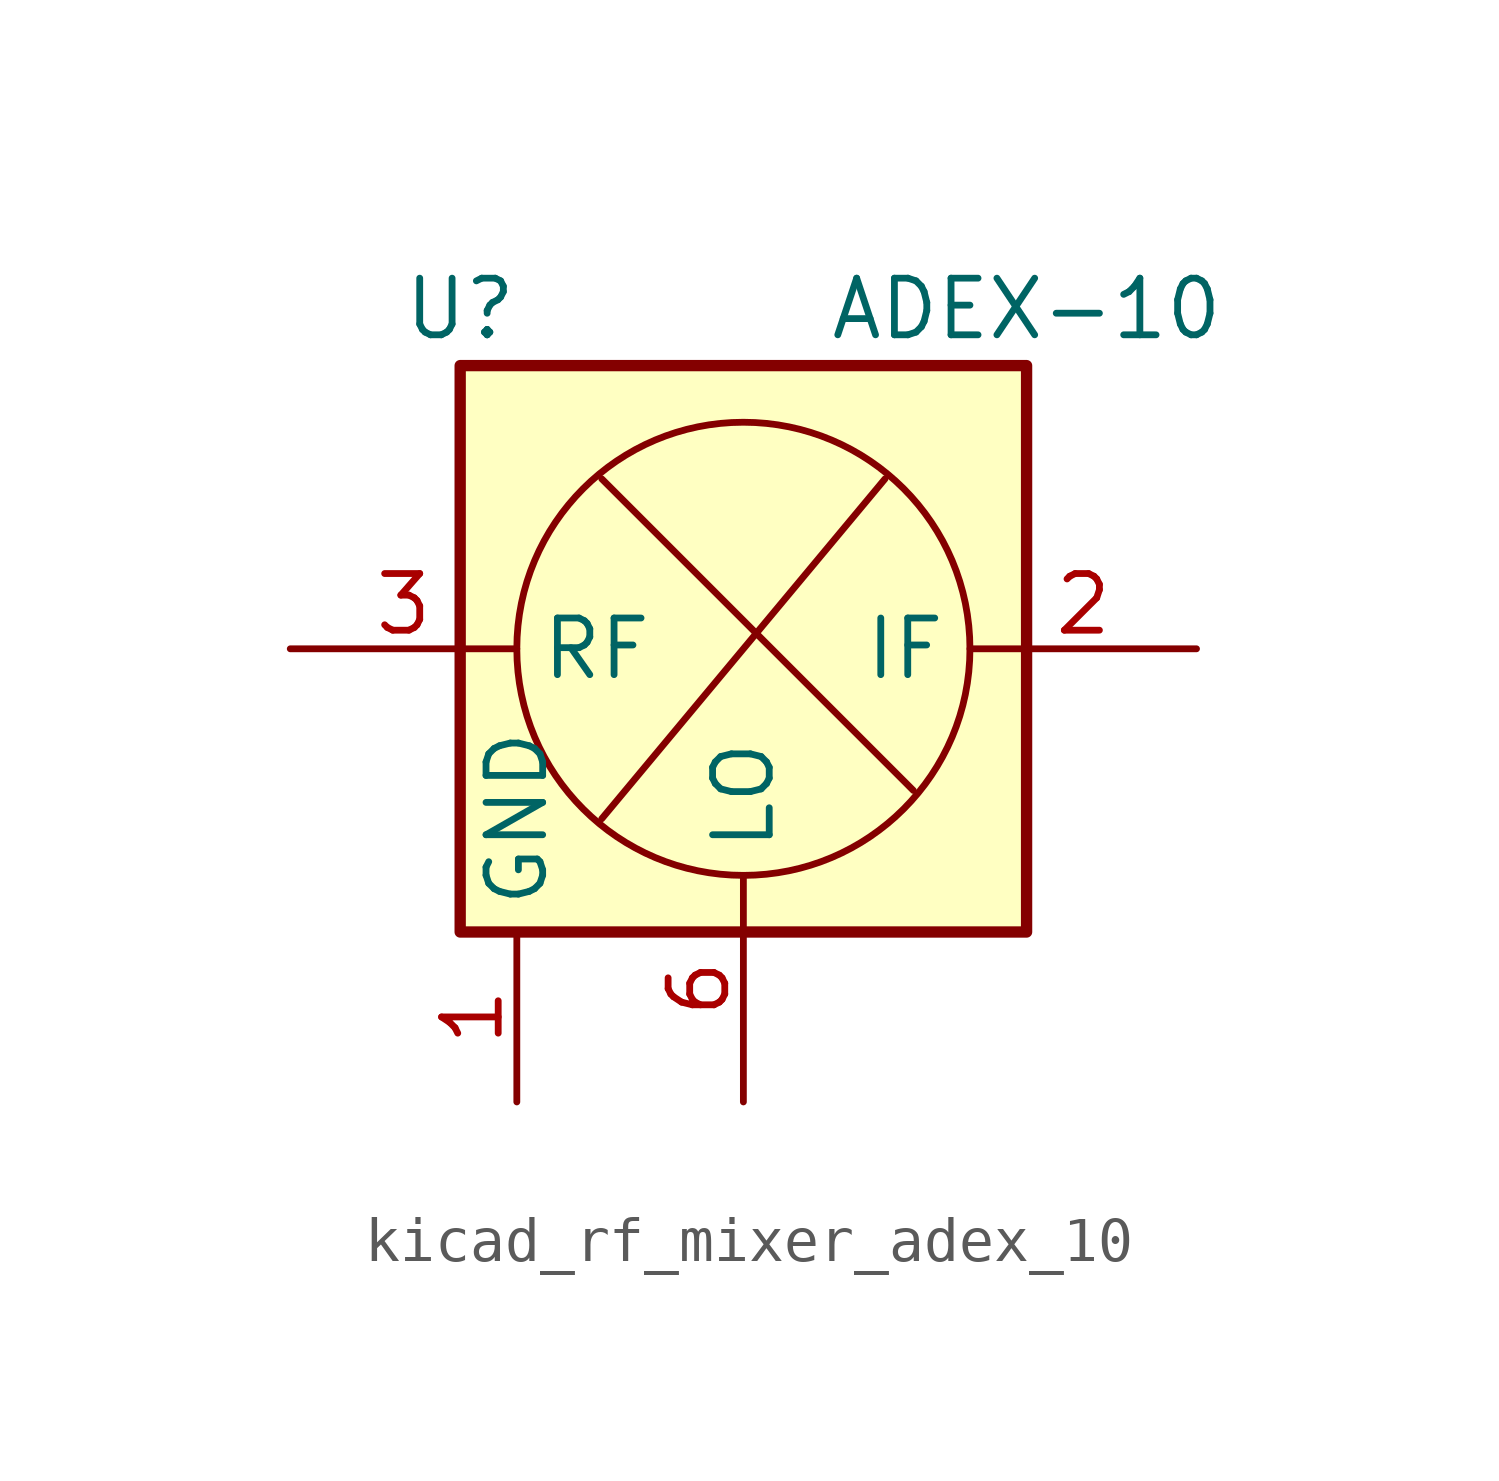
<source format=kicad_sym>
(kicad_symbol_lib
  (version 20220914)
  (generator kicad_symbol_editor)
  (symbol "kicad_rf_mixer_adex_10"
    (property "Reference" "U"
      (at -6.35 7.62 0)
      (effects (font (size 1.27 1.27))))
    (property "Value" "ADEX-10"
      (at 6.35 7.62 0)
      (effects (font (size 1.27 1.27))))
    (symbol "kicad_rf_mixer_adex_10_0_1"
      (rectangle (start -6.35 6.35) (end 6.35 -6.35) (stroke (width 0.254) (type default)) (fill (type background)))
      (polyline (pts (xy -3.175 -3.81) (xy 3.175 3.81)) (stroke (width 0) (type default)) (fill (type none)))
      (polyline (pts (xy 3.81 -3.175) (xy -3.175 3.81)) (stroke (width 0) (type default)) (fill (type none)))
      (circle (center 0 0) (radius 5.08) (stroke (width 0) (type default)) (fill (type none))))
    (symbol "kicad_rf_mixer_adex_10_1_1"
      (pin power_in line (at -5.08 -10.16 90) (length 3.81) (name "GND" (effects (font (size 1.27 1.27)))) (number "1" (effects (font (size 1.27 1.27)))))
      (pin output line (at 10.16 0 180) (length 5.08) (name "IF" (effects (font (size 1.27 1.27)))) (number "2" (effects (font (size 1.27 1.27)))))
      (pin input line (at -10.16 0 0) (length 5.08) (name "RF" (effects (font (size 1.27 1.27)))) (number "3" (effects (font (size 1.27 1.27)))))
      (pin passive line (at -5.08 -10.16 90) (length 3.81) hide (name "GND" (effects (font (size 1.27 1.27)))) (number "4" (effects (font (size 1.27 1.27)))))
      (pin passive line (at -5.08 -10.16 90) (length 3.81) hide (name "GND" (effects (font (size 1.27 1.27)))) (number "5" (effects (font (size 1.27 1.27)))))
      (pin input line (at 0 -10.16 90) (length 5.08) (name "LO" (effects (font (size 1.27 1.27)))) (number "6" (effects (font (size 1.27 1.27))))))))
</source>
